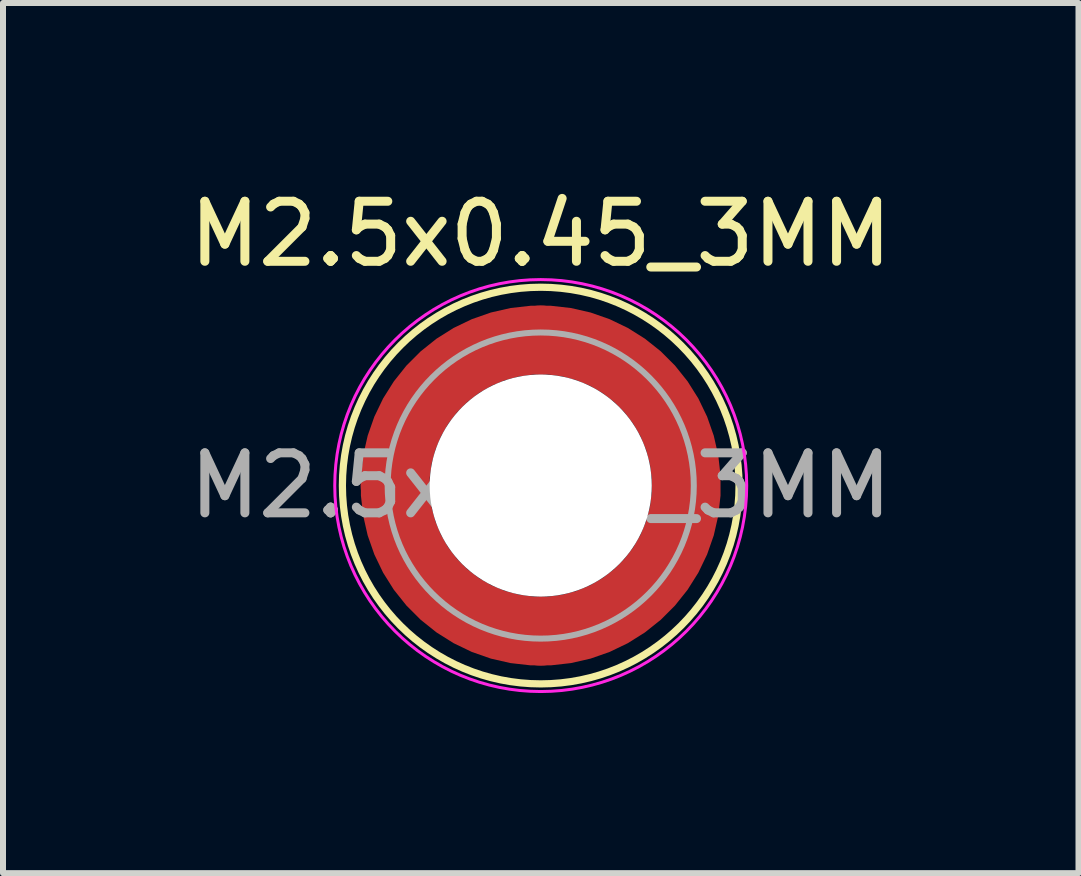
<source format=kicad_pcb>
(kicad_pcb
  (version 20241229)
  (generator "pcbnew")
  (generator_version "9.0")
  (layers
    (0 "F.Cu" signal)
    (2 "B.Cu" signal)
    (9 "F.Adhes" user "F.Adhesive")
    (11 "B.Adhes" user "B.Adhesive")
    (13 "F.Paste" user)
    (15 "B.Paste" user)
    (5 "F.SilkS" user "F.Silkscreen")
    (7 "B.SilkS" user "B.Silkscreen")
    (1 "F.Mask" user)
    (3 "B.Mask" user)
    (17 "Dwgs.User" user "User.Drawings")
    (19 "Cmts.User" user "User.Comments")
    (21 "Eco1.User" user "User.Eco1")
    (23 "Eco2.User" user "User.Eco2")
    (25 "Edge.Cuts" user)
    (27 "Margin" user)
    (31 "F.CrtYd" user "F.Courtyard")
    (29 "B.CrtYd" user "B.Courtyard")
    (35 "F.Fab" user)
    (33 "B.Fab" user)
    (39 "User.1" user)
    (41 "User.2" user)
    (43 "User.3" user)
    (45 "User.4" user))
  (footprint "M2.5x0.45_3MM"
    (layer "F.Cu")
    (at 5.958 5.039)
    (property "Reference" "M2.5x0.45_3MM" (at 0 -4.191 0) (layer "F.SilkS") (effects (font (size 1 1) (thickness 0.15))))
    (attr smd)
    (fp_circle (center 0 0) (end 3.304 0) (stroke (width 0.12) (type solid)) (fill no) (layer "F.SilkS"))
    (fp_circle (center 0 0) (end 3.429 0.127) (stroke (width 0.05) (type solid)) (fill no) (layer "F.CrtYd"))
    (fp_circle (center 0 0) (end 2.55 0) (stroke (width 0.1) (type solid)) (fill no) (layer "F.Fab"))
    (fp_text user "${REFERENCE}" (at 0 0 0) (layer "F.Fab") (effects (font (size 1 1) (thickness 0.15))))
    (pad "" smd custom (at -1.8 -1.8) (size 0.9 0.9) (layers "F.Paste") (options (anchor circle)) (primitives (gr_arc (start -0.1 1.3) (mid 0.385481 0.406926) (end 1.27045 -0.093178) (width 0.2)) (gr_arc (start -0.2 1.3) (mid 0.312476 0.341774) (end 1.259548 -0.191032) (width 0.2)) (gr_arc (start -0.3 1.3) (mid 0.240515 0.275254) (end 1.251945 -0.289786) (width 0.2)) (gr_arc (start -0.4 1.3) (mid 0.169615 0.207378) (end 1.247667 -0.389353) (width 0.2)) (gr_arc (start -0.5 1.3) (mid 0.099794 0.138161) (end 1.246739 -0.489647) (width 0.2)) (gr_arc (start -0.6 1.3) (mid 0.031072 0.067615) (end 1.249186 -0.590582) (width 0.2)) (gr_arc (start -0.7 1.3) (mid -0.036534 -0.004244) (end 1.255029 -0.69207) (width 0.2)) (gr_arc (start -0.8 1.3) (mid -0.103008 -0.077404) (end 1.264287 -0.794024) (width 0.2)) (gr_arc (start -0.9 1.3) (mid -0.184419 -0.135474) (end 1.23173 -0.888576) (width 0.2)) (gr_arc (start -1.05 1.3) (mid -0.289683 -0.240016) (end 1.230626 -1.039012) (width 0.2)) (gr_line (start 1.3 -1.05) (end 1.3 -0.1) (width 0.2)) (gr_line (start -1.05 1.3) (end -0.1 1.3) (width 0.2))))
    (pad "" smd custom (at -1.8 1.8 90) (size 0.9 0.9) (layers "F.Paste") (options (anchor circle)) (primitives (gr_arc (start -0.1 1.3) (mid 0.385481 0.406926) (end 1.27045 -0.093178) (width 0.2)) (gr_arc (start -0.2 1.3) (mid 0.312476 0.341774) (end 1.259548 -0.191032) (width 0.2)) (gr_arc (start -0.3 1.3) (mid 0.240515 0.275254) (end 1.251945 -0.289786) (width 0.2)) (gr_arc (start -0.4 1.3) (mid 0.169615 0.207378) (end 1.247667 -0.389353) (width 0.2)) (gr_arc (start -0.5 1.3) (mid 0.099794 0.138161) (end 1.246739 -0.489647) (width 0.2)) (gr_arc (start -0.6 1.3) (mid 0.031072 0.067615) (end 1.249186 -0.590582) (width 0.2)) (gr_arc (start -0.7 1.3) (mid -0.036534 -0.004244) (end 1.255029 -0.69207) (width 0.2)) (gr_arc (start -0.8 1.3) (mid -0.103008 -0.077404) (end 1.264287 -0.794024) (width 0.2)) (gr_arc (start -0.9 1.3) (mid -0.184419 -0.135474) (end 1.23173 -0.888576) (width 0.2)) (gr_arc (start -1.05 1.3) (mid -0.289683 -0.240016) (end 1.230626 -1.039012) (width 0.2)) (gr_line (start 1.3 -1.05) (end 1.3 -0.1) (width 0.2)) (gr_line (start -1.05 1.3) (end -0.1 1.3) (width 0.2))))
    (pad "" np_thru_hole circle (at 0 0) (size 3.7 3.7) (drill 3.7) (layers "*.Cu" "*.Mask"))
    (pad "" smd custom (at 1.8 -1.8 270) (size 0.9 0.9) (layers "F.Paste") (options (anchor circle)) (primitives (gr_arc (start -0.1 1.3) (mid 0.385481 0.406926) (end 1.27045 -0.093178) (width 0.2)) (gr_arc (start -0.2 1.3) (mid 0.312476 0.341774) (end 1.259548 -0.191032) (width 0.2)) (gr_arc (start -0.3 1.3) (mid 0.240515 0.275254) (end 1.251945 -0.289786) (width 0.2)) (gr_arc (start -0.4 1.3) (mid 0.169615 0.207378) (end 1.247667 -0.389353) (width 0.2)) (gr_arc (start -0.5 1.3) (mid 0.099794 0.138161) (end 1.246739 -0.489647) (width 0.2)) (gr_arc (start -0.6 1.3) (mid 0.031072 0.067615) (end 1.249186 -0.590582) (width 0.2)) (gr_arc (start -0.7 1.3) (mid -0.036534 -0.004244) (end 1.255029 -0.69207) (width 0.2)) (gr_arc (start -0.8 1.3) (mid -0.103008 -0.077404) (end 1.264287 -0.794024) (width 0.2)) (gr_arc (start -0.9 1.3) (mid -0.184419 -0.135474) (end 1.23173 -0.888576) (width 0.2)) (gr_arc (start -1.05 1.3) (mid -0.289683 -0.240016) (end 1.230626 -1.039012) (width 0.2)) (gr_line (start 1.3 -1.05) (end 1.3 -0.1) (width 0.2)) (gr_line (start -1.05 1.3) (end -0.1 1.3) (width 0.2))))
    (pad "" smd custom (at 1.8 1.8 180) (size 0.9 0.9) (layers "F.Paste") (options (anchor circle)) (primitives (gr_arc (start -0.1 1.3) (mid 0.385481 0.406926) (end 1.27045 -0.093178) (width 0.2)) (gr_arc (start -0.2 1.3) (mid 0.312476 0.341774) (end 1.259548 -0.191032) (width 0.2)) (gr_arc (start -0.3 1.3) (mid 0.240515 0.275254) (end 1.251945 -0.289786) (width 0.2)) (gr_arc (start -0.4 1.3) (mid 0.169615 0.207378) (end 1.247667 -0.389353) (width 0.2)) (gr_arc (start -0.5 1.3) (mid 0.099794 0.138161) (end 1.246739 -0.489647) (width 0.2)) (gr_arc (start -0.6 1.3) (mid 0.031072 0.067615) (end 1.249186 -0.590582) (width 0.2)) (gr_arc (start -0.7 1.3) (mid -0.036534 -0.004244) (end 1.255029 -0.69207) (width 0.2)) (gr_arc (start -0.8 1.3) (mid -0.103008 -0.077404) (end 1.264287 -0.794024) (width 0.2)) (gr_arc (start -0.9 1.3) (mid -0.184419 -0.135474) (end 1.23173 -0.888576) (width 0.2)) (gr_arc (start -1.05 1.3) (mid -0.289683 -0.240016) (end 1.230626 -1.039012) (width 0.2)) (gr_line (start 1.3 -1.05) (end 1.3 -0.1) (width 0.2)) (gr_line (start -1.05 1.3) (end -0.1 1.3) (width 0.2))))
    (pad "1" smd circle (at -2.425 0) (size 1.15 1.15) (layers "F.Cu"))
    (pad "1" smd circle (at 0 -2.425) (size 1.15 1.15) (layers "F.Cu"))
    (pad "1" smd circle (at 0 2.425) (size 1.15 1.15) (layers "F.Cu"))
    (pad "1" smd custom (at 2.425 0) (size 1.15 1.15) (layers "F.Cu" "F.Mask") (options (anchor circle)) (primitives (gr_circle (center -2.425 0) (end 0 0) (width 1.15) (fill no)))))
  (gr_rect
    (start -3 -3)
    (end 14.917 11.496)
    (stroke (width 0.1) (type default))
    (fill no)
    (layer "Edge.Cuts")))
</source>
